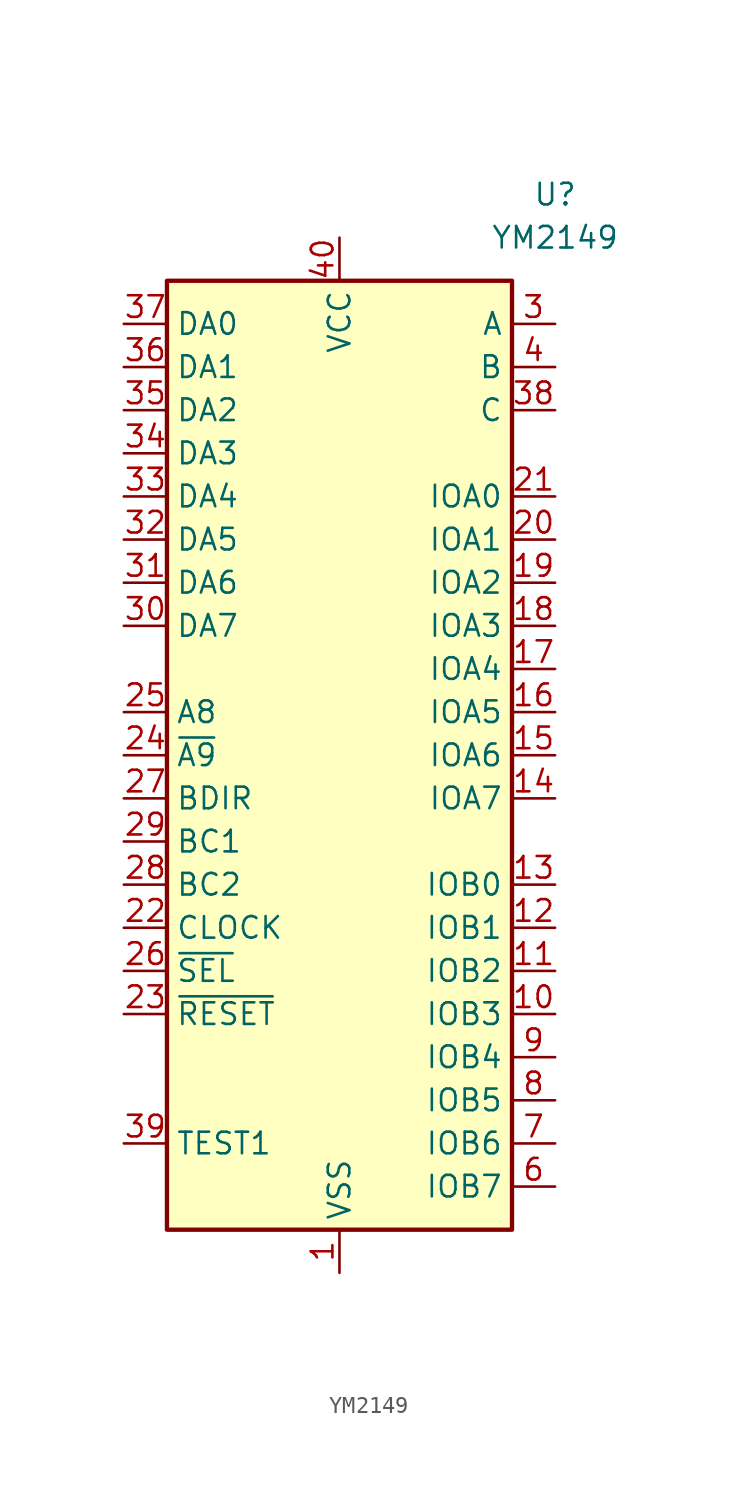
<source format=kicad_sym>
(kicad_symbol_lib
  (version 20241209)
  (generator "kicad_symbol_editor")
  (generator_version "9.0")
  (symbol "YM2149"
    (property "Reference" "U"
      (at 12.7 33.02 0)
      (effects (font (size 1.27 1.27))))
    (property "Value" "YM2149"
      (at 12.7 30.48 0)
      (effects (font (size 1.27 1.27))))
    (symbol "YM2149_0_1"
      (rectangle (start -10.16 27.94) (end 10.16 -27.94) (stroke (width 0.254) (type default)) (fill (type background))))
    (symbol "YM2149_1_1"
      (pin bidirectional line (at -12.7 25.4 0) (length 2.54) (name "DA0" (effects (font (size 1.27 1.27)))) (number "37" (effects (font (size 1.27 1.27)))))
      (pin bidirectional line (at -12.7 22.86 0) (length 2.54) (name "DA1" (effects (font (size 1.27 1.27)))) (number "36" (effects (font (size 1.27 1.27)))))
      (pin bidirectional line (at -12.7 20.32 0) (length 2.54) (name "DA2" (effects (font (size 1.27 1.27)))) (number "35" (effects (font (size 1.27 1.27)))))
      (pin bidirectional line (at -12.7 17.78 0) (length 2.54) (name "DA3" (effects (font (size 1.27 1.27)))) (number "34" (effects (font (size 1.27 1.27)))))
      (pin bidirectional line (at -12.7 15.24 0) (length 2.54) (name "DA4" (effects (font (size 1.27 1.27)))) (number "33" (effects (font (size 1.27 1.27)))))
      (pin bidirectional line (at -12.7 12.7 0) (length 2.54) (name "DA5" (effects (font (size 1.27 1.27)))) (number "32" (effects (font (size 1.27 1.27)))))
      (pin bidirectional line (at -12.7 10.16 0) (length 2.54) (name "DA6" (effects (font (size 1.27 1.27)))) (number "31" (effects (font (size 1.27 1.27)))))
      (pin bidirectional line (at -12.7 7.62 0) (length 2.54) (name "DA7" (effects (font (size 1.27 1.27)))) (number "30" (effects (font (size 1.27 1.27)))))
      (pin input line (at -12.7 2.54 0) (length 2.54) (name "A8" (effects (font (size 1.27 1.27)))) (number "25" (effects (font (size 1.27 1.27)))))
      (pin input line (at -12.7 0 0) (length 2.54) (name "~{A9}" (effects (font (size 1.27 1.27)))) (number "24" (effects (font (size 1.27 1.27)))))
      (pin input line (at -12.7 -2.54 0) (length 2.54) (name "BDIR" (effects (font (size 1.27 1.27)))) (number "27" (effects (font (size 1.27 1.27)))))
      (pin input line (at -12.7 -5.08 0) (length 2.54) (name "BC1" (effects (font (size 1.27 1.27)))) (number "29" (effects (font (size 1.27 1.27)))))
      (pin input line (at -12.7 -7.62 0) (length 2.54) (name "BC2" (effects (font (size 1.27 1.27)))) (number "28" (effects (font (size 1.27 1.27)))))
      (pin input line (at -12.7 -10.16 0) (length 2.54) (name "CLOCK" (effects (font (size 1.27 1.27)))) (number "22" (effects (font (size 1.27 1.27)))))
      (pin input line (at -12.7 -12.7 0) (length 2.54) (name "~{SEL}" (effects (font (size 1.27 1.27)))) (number "26" (effects (font (size 1.27 1.27)))))
      (pin input line (at -12.7 -15.24 0) (length 2.54) (name "~{RESET}" (effects (font (size 1.27 1.27)))) (number "23" (effects (font (size 1.27 1.27)))))
      (pin passive line (at -12.7 -22.86 0) (length 2.54) (name "TEST1" (effects (font (size 1.27 1.27)))) (number "39" (effects (font (size 1.27 1.27)))))
      (pin no_connect line (at -10.16 -17.78 0) (length 2.54) (hide yes) (name "NC" (effects (font (size 1.27 1.27)))) (number "2" (effects (font (size 1.27 1.27)))))
      (pin no_connect line (at -10.16 -20.32 0) (length 2.54) (hide yes) (name "NC" (effects (font (size 1.27 1.27)))) (number "5" (effects (font (size 1.27 1.27)))))
      (pin power_in line (at 0 30.48 270) (length 2.54) (name "VCC" (effects (font (size 1.27 1.27)))) (number "40" (effects (font (size 1.27 1.27)))))
      (pin power_in line (at 0 -30.48 90) (length 2.54) (name "VSS" (effects (font (size 1.27 1.27)))) (number "1" (effects (font (size 1.27 1.27)))))
      (pin output line (at 12.7 25.4 180) (length 2.54) (name "A" (effects (font (size 1.27 1.27)))) (number "3" (effects (font (size 1.27 1.27)))))
      (pin output line (at 12.7 22.86 180) (length 2.54) (name "B" (effects (font (size 1.27 1.27)))) (number "4" (effects (font (size 1.27 1.27)))))
      (pin output line (at 12.7 20.32 180) (length 2.54) (name "C" (effects (font (size 1.27 1.27)))) (number "38" (effects (font (size 1.27 1.27)))))
      (pin bidirectional line (at 12.7 15.24 180) (length 2.54) (name "IOA0" (effects (font (size 1.27 1.27)))) (number "21" (effects (font (size 1.27 1.27)))))
      (pin bidirectional line (at 12.7 12.7 180) (length 2.54) (name "IOA1" (effects (font (size 1.27 1.27)))) (number "20" (effects (font (size 1.27 1.27)))))
      (pin bidirectional line (at 12.7 10.16 180) (length 2.54) (name "IOA2" (effects (font (size 1.27 1.27)))) (number "19" (effects (font (size 1.27 1.27)))))
      (pin bidirectional line (at 12.7 7.62 180) (length 2.54) (name "IOA3" (effects (font (size 1.27 1.27)))) (number "18" (effects (font (size 1.27 1.27)))))
      (pin bidirectional line (at 12.7 5.08 180) (length 2.54) (name "IOA4" (effects (font (size 1.27 1.27)))) (number "17" (effects (font (size 1.27 1.27)))))
      (pin bidirectional line (at 12.7 2.54 180) (length 2.54) (name "IOA5" (effects (font (size 1.27 1.27)))) (number "16" (effects (font (size 1.27 1.27)))))
      (pin bidirectional line (at 12.7 0 180) (length 2.54) (name "IOA6" (effects (font (size 1.27 1.27)))) (number "15" (effects (font (size 1.27 1.27)))))
      (pin bidirectional line (at 12.7 -2.54 180) (length 2.54) (name "IOA7" (effects (font (size 1.27 1.27)))) (number "14" (effects (font (size 1.27 1.27)))))
      (pin bidirectional line (at 12.7 -7.62 180) (length 2.54) (name "IOB0" (effects (font (size 1.27 1.27)))) (number "13" (effects (font (size 1.27 1.27)))))
      (pin bidirectional line (at 12.7 -10.16 180) (length 2.54) (name "IOB1" (effects (font (size 1.27 1.27)))) (number "12" (effects (font (size 1.27 1.27)))))
      (pin bidirectional line (at 12.7 -12.7 180) (length 2.54) (name "IOB2" (effects (font (size 1.27 1.27)))) (number "11" (effects (font (size 1.27 1.27)))))
      (pin bidirectional line (at 12.7 -15.24 180) (length 2.54) (name "IOB3" (effects (font (size 1.27 1.27)))) (number "10" (effects (font (size 1.27 1.27)))))
      (pin bidirectional line (at 12.7 -17.78 180) (length 2.54) (name "IOB4" (effects (font (size 1.27 1.27)))) (number "9" (effects (font (size 1.27 1.27)))))
      (pin bidirectional line (at 12.7 -20.32 180) (length 2.54) (name "IOB5" (effects (font (size 1.27 1.27)))) (number "8" (effects (font (size 1.27 1.27)))))
      (pin bidirectional line (at 12.7 -22.86 180) (length 2.54) (name "IOB6" (effects (font (size 1.27 1.27)))) (number "7" (effects (font (size 1.27 1.27)))))
      (pin bidirectional line (at 12.7 -25.4 180) (length 2.54) (name "IOB7" (effects (font (size 1.27 1.27)))) (number "6" (effects (font (size 1.27 1.27))))))))
</source>
